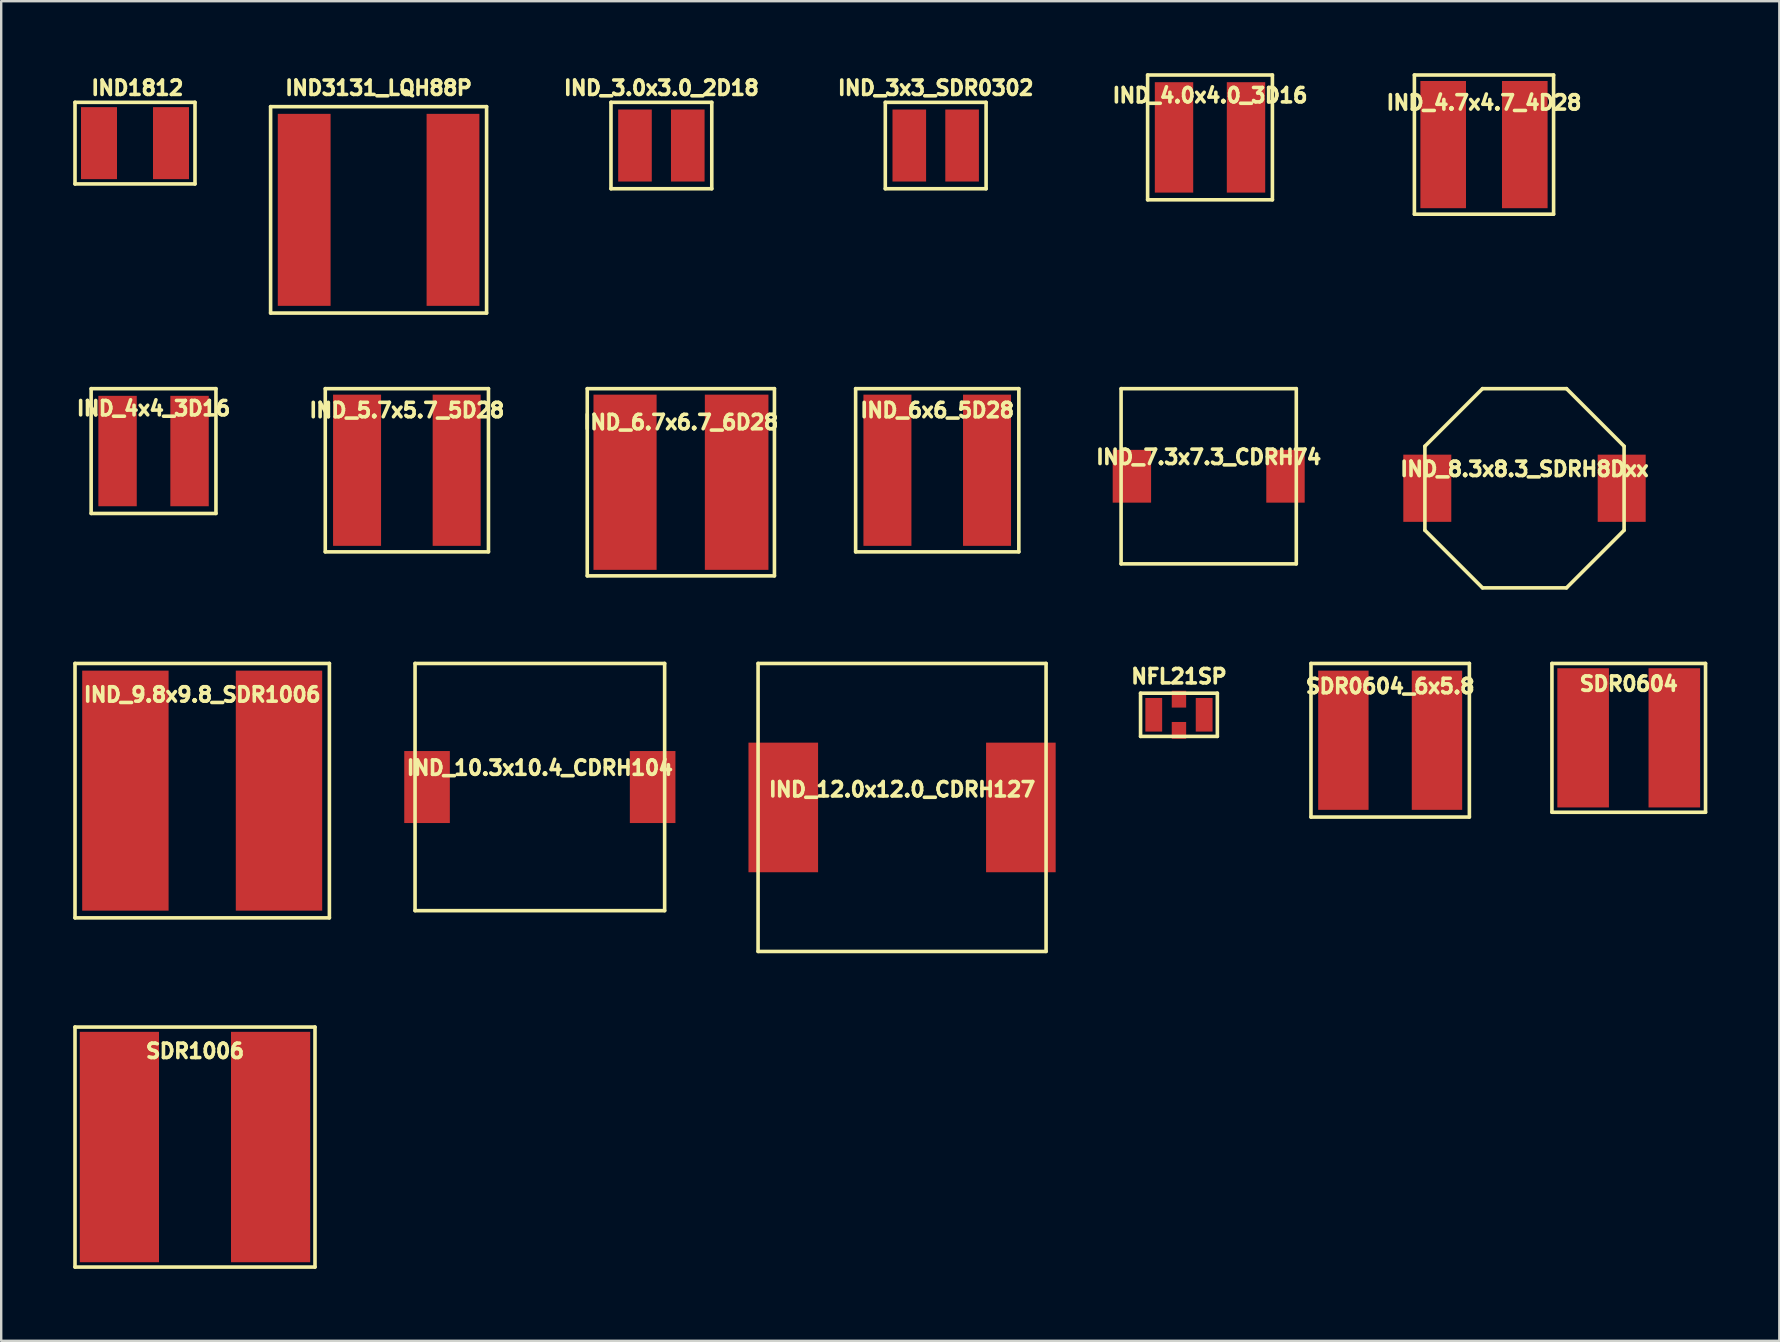
<source format=kicad_pcb>
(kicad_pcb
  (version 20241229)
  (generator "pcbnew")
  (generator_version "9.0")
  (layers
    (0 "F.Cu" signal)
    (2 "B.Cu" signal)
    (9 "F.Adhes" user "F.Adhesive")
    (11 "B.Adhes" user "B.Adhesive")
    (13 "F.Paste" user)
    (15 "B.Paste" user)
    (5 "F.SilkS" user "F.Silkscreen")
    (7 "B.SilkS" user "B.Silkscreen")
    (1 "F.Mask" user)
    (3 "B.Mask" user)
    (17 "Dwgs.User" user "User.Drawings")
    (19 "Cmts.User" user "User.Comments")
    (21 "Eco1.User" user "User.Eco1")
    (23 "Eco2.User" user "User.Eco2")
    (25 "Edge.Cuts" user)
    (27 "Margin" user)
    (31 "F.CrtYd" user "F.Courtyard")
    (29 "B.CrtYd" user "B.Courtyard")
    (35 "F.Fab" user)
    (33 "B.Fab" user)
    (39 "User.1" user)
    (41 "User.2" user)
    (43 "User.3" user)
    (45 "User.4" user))
  (footprint "SDR1006"
    (layer "F.Cu")
    (at 5.075 44.744)
    (property "Reference" "SDR1006" (at 0 -4 0) (layer "F.SilkS") (effects (font (size 0.6 0.6) (thickness 0.15))))
    (attr smd)
    (fp_line (start -5 -5) (end 5 -5) (stroke (width 0.15) (type solid)) (layer "F.SilkS"))
    (fp_line (start -5 5) (end -5 -5) (stroke (width 0.15) (type solid)) (layer "F.SilkS"))
    (fp_line (start 5 -5) (end 5 5) (stroke (width 0.15) (type solid)) (layer "F.SilkS"))
    (fp_line (start 5 5) (end -5 5) (stroke (width 0.15) (type solid)) (layer "F.SilkS"))
    (pad "1" smd rect (at -3.15 0) (size 3.3 9.6) (layers "F.Cu" "F.Mask" "F.Paste"))
    (pad "2" smd rect (at 3.15 0) (size 3.3 9.6) (layers "F.Cu" "F.Mask" "F.Paste")))
  (footprint "IND3131_LQH88P"
    (layer "F.Cu")
    (at 12.725 5.694)
    (property "Reference" "IND3131_LQH88P" (at 0 -5.08 0) (layer "F.SilkS") (effects (font (size 0.6 0.6) (thickness 0.15))))
    (attr smd)
    (fp_line (start -4.5 -4.3) (end 4.5 -4.3) (stroke (width 0.15) (type solid)) (layer "F.SilkS"))
    (fp_line (start -4.5 4.3) (end -4.5 -4.3) (stroke (width 0.15) (type solid)) (layer "F.SilkS"))
    (fp_line (start 4.5 -4.3) (end 4.5 4.3) (stroke (width 0.15) (type solid)) (layer "F.SilkS"))
    (fp_line (start 4.5 4.3) (end -4.5 4.3) (stroke (width 0.15) (type solid)) (layer "F.SilkS"))
    (pad "1" smd rect (at -3.1 0) (size 2.2 8) (layers "F.Cu" "F.Mask" "F.Paste"))
    (pad "2" smd rect (at 3.1 0) (size 2.2 8) (layers "F.Cu" "F.Mask" "F.Paste")))
  (footprint "IND_12.0x12.0_CDRH127"
    (layer "F.Cu")
    (at 34.537 30.594)
    (property "Reference" "IND_12.0x12.0_CDRH127" (at 0 -0.75 0) (layer "F.SilkS") (effects (font (size 0.6 0.6) (thickness 0.15))))
    (attr smd)
    (fp_line (start -6 -6) (end -6 6) (stroke (width 0.15) (type solid)) (layer "F.SilkS"))
    (fp_line (start -6 6) (end 6 6) (stroke (width 0.15) (type solid)) (layer "F.SilkS"))
    (fp_line (start 6 -6) (end -6 -6) (stroke (width 0.15) (type solid)) (layer "F.SilkS"))
    (fp_line (start 6 6) (end 6 -6) (stroke (width 0.15) (type solid)) (layer "F.SilkS"))
    (pad "1" smd rect (at -4.95 0) (size 2.9 5.4) (layers "F.Cu" "F.Mask" "F.Paste"))
    (pad "2" smd rect (at 4.95 0) (size 2.9 5.4) (layers "F.Cu" "F.Mask" "F.Paste")))
  (footprint "IND_10.3x10.4_CDRH104"
    (layer "F.Cu")
    (at 19.444 29.744)
    (property "Reference" "IND_10.3x10.4_CDRH104" (at 0 -0.8 0) (layer "F.SilkS") (effects (font (size 0.6 0.6) (thickness 0.15))))
    (attr smd)
    (fp_line (start -5.2 -5.15) (end 5.2 -5.15) (stroke (width 0.15) (type solid)) (layer "F.SilkS"))
    (fp_line (start -5.2 5.15) (end -5.2 -5.15) (stroke (width 0.15) (type solid)) (layer "F.SilkS"))
    (fp_line (start 5.2 -5.15) (end 5.2 5.15) (stroke (width 0.15) (type solid)) (layer "F.SilkS"))
    (fp_line (start 5.2 5.15) (end -5.2 5.15) (stroke (width 0.15) (type solid)) (layer "F.SilkS"))
    (pad "1" smd rect (at -4.7 0) (size 1.9 3) (layers "F.Cu" "F.Mask" "F.Paste"))
    (pad "2" smd rect (at 4.7 0) (size 1.9 3) (layers "F.Cu" "F.Mask" "F.Paste")))
  (footprint "IND_4x4_3D16"
    (layer "F.Cu")
    (at 3.348 15.744)
    (property "Reference" "IND_4x4_3D16" (at 0 -1.778 0) (layer "F.SilkS") (effects (font (size 0.599 0.599) (thickness 0.15))))
    (attr through_hole)
    (fp_line (start -2.6 -2.6) (end 2.6 -2.6) (stroke (width 0.15) (type solid)) (layer "F.SilkS"))
    (fp_line (start -2.6 2.6) (end -2.6 -2.6) (stroke (width 0.15) (type solid)) (layer "F.SilkS"))
    (fp_line (start 2.6 -2.6) (end 2.6 2.6) (stroke (width 0.15) (type solid)) (layer "F.SilkS"))
    (fp_line (start 2.6 2.6) (end -2.6 2.6) (stroke (width 0.15) (type solid)) (layer "F.SilkS"))
    (pad "1" smd rect (at -1.5 0) (size 1.6 4.6) (layers "F.Cu" "F.Mask" "F.Paste"))
    (pad "2" smd rect (at 1.5 0) (size 1.6 4.6) (layers "F.Cu" "F.Mask" "F.Paste")))
  (footprint "IND_7.3x7.3_CDRH74"
    (layer "F.Cu")
    (at 47.313 16.794)
    (property "Reference" "IND_7.3x7.3_CDRH74" (at 0 -0.8 0) (layer "F.SilkS") (effects (font (size 0.6 0.6) (thickness 0.15))))
    (attr smd)
    (fp_line (start -3.65 -3.65) (end 3.65 -3.65) (stroke (width 0.15) (type solid)) (layer "F.SilkS"))
    (fp_line (start -3.65 3.65) (end -3.65 -3.65) (stroke (width 0.15) (type solid)) (layer "F.SilkS"))
    (fp_line (start 3.65 -3.65) (end 3.65 3.65) (stroke (width 0.15) (type solid)) (layer "F.SilkS"))
    (fp_line (start 3.65 3.65) (end -3.65 3.65) (stroke (width 0.15) (type solid)) (layer "F.SilkS"))
    (pad "1" smd rect (at -3.2 0) (size 1.6 2.2) (layers "F.Cu" "F.Mask" "F.Paste"))
    (pad "2" smd rect (at 3.2 0) (size 1.6 2.2) (layers "F.Cu" "F.Mask" "F.Paste")))
  (footprint "IND_4.7x4.7_4D28"
    (layer "F.Cu")
    (at 58.784 2.975)
    (property "Reference" "IND_4.7x4.7_4D28" (at 0 -1.75 0) (layer "F.SilkS") (effects (font (size 0.6 0.6) (thickness 0.15))))
    (attr smd)
    (fp_line (start -2.9 -2.9) (end 2.9 -2.9) (stroke (width 0.15) (type solid)) (layer "F.SilkS"))
    (fp_line (start -2.9 2.9) (end -2.9 -2.9) (stroke (width 0.15) (type solid)) (layer "F.SilkS"))
    (fp_line (start 2.9 -2.9) (end 2.9 2.9) (stroke (width 0.15) (type solid)) (layer "F.SilkS"))
    (fp_line (start 2.9 2.9) (end -2.9 2.9) (stroke (width 0.15) (type solid)) (layer "F.SilkS"))
    (pad "1" smd rect (at -1.7 0) (size 1.9 5.3) (layers "F.Cu" "F.Mask" "F.Paste"))
    (pad "2" smd rect (at 1.7 0) (size 1.9 5.3) (layers "F.Cu" "F.Mask" "F.Paste")))
  (footprint "SDR0604"
    (layer "F.Cu")
    (at 64.815 27.694)
    (property "Reference" "SDR0604" (at 0 -2.25 0) (layer "F.SilkS") (effects (font (size 0.6 0.6) (thickness 0.15))))
    (attr smd)
    (fp_line (start -3.2 -3.1) (end 3.2 -3.1) (stroke (width 0.15) (type solid)) (layer "F.SilkS"))
    (fp_line (start -3.2 3.1) (end -3.2 -3.1) (stroke (width 0.15) (type solid)) (layer "F.SilkS"))
    (fp_line (start 3.2 -3.1) (end 3.2 3.1) (stroke (width 0.15) (type solid)) (layer "F.SilkS"))
    (fp_line (start 3.2 3.1) (end -3.2 3.1) (stroke (width 0.15) (type solid)) (layer "F.SilkS"))
    (pad "1" smd rect (at -1.9 0) (size 2.15 5.8) (layers "F.Cu" "F.Mask" "F.Paste"))
    (pad "2" smd rect (at 1.9 0) (size 2.15 5.8) (layers "F.Cu" "F.Mask" "F.Paste")))
  (footprint "IND_9.8x9.8_SDR1006"
    (layer "F.Cu")
    (at 5.375 29.894)
    (property "Reference" "IND_9.8x9.8_SDR1006" (at 0 -4 0) (layer "F.SilkS") (effects (font (size 0.6 0.6) (thickness 0.15))))
    (attr smd)
    (fp_line (start -5.3 -5.3) (end -5.3 5.3) (stroke (width 0.15) (type solid)) (layer "F.SilkS"))
    (fp_line (start -5.3 5.3) (end 5.3 5.3) (stroke (width 0.15) (type solid)) (layer "F.SilkS"))
    (fp_line (start 5.3 -5.3) (end -5.3 -5.3) (stroke (width 0.15) (type solid)) (layer "F.SilkS"))
    (fp_line (start 5.3 5.3) (end 5.3 -5.3) (stroke (width 0.15) (type solid)) (layer "F.SilkS"))
    (pad "1" smd rect (at -3.2 0) (size 3.6 10) (layers "F.Cu" "F.Mask" "F.Paste"))
    (pad "2" smd rect (at 3.2 0) (size 3.6 10) (layers "F.Cu" "F.Mask" "F.Paste")))
  (footprint "IND1812"
    (layer "F.Cu")
    (at 2.575 2.914)
    (property "Reference" "IND1812" (at 0.1 -2.3 0) (layer "F.SilkS") (effects (font (size 0.6 0.6) (thickness 0.15))))
    (attr smd)
    (fp_line (start -2.5 -1.7) (end 2.5 -1.7) (stroke (width 0.15) (type solid)) (layer "F.SilkS"))
    (fp_line (start -2.5 1.7) (end -2.5 -1.7) (stroke (width 0.15) (type solid)) (layer "F.SilkS"))
    (fp_line (start 2.5 -1.7) (end 2.5 1.7) (stroke (width 0.15) (type solid)) (layer "F.SilkS"))
    (fp_line (start 2.5 1.7) (end -2.5 1.7) (stroke (width 0.15) (type solid)) (layer "F.SilkS"))
    (pad "1" smd rect (at -1.5 0) (size 1.5 3) (layers "F.Cu" "F.Mask" "F.Paste"))
    (pad "2" smd rect (at 1.5 0) (size 1.5 3) (layers "F.Cu" "F.Mask" "F.Paste")))
  (footprint "IND_8.3x8.3_SDRH8Dxx"
    (layer "F.Cu")
    (at 60.472 17.294)
    (property "Reference" "IND_8.3x8.3_SDRH8Dxx" (at 0 -0.8 0) (layer "F.SilkS") (effects (font (size 0.6 0.6) (thickness 0.15))))
    (attr smd)
    (fp_line (start -4.15 1.75) (end -4.15 -1.75) (stroke (width 0.15) (type solid)) (layer "F.SilkS"))
    (fp_line (start -4.15 1.75) (end -1.75 4.15) (stroke (width 0.15) (type solid)) (layer "F.SilkS"))
    (fp_line (start -1.75 -4.15) (end -4.15 -1.75) (stroke (width 0.15) (type solid)) (layer "F.SilkS"))
    (fp_line (start -1.75 -4.15) (end 1.75 -4.15) (stroke (width 0.15) (type solid)) (layer "F.SilkS"))
    (fp_line (start 1.75 4.15) (end -1.75 4.15) (stroke (width 0.15) (type solid)) (layer "F.SilkS"))
    (fp_line (start 1.75 4.15) (end 4.15 1.75) (stroke (width 0.15) (type solid)) (layer "F.SilkS"))
    (fp_line (start 4.15 -1.75) (end 1.75 -4.15) (stroke (width 0.15) (type solid)) (layer "F.SilkS"))
    (fp_line (start 4.15 -1.75) (end 4.15 1.75) (stroke (width 0.15) (type solid)) (layer "F.SilkS"))
    (pad "1" smd rect (at -4.05 0) (size 2 2.8) (layers "F.Cu" "F.Mask" "F.Paste"))
    (pad "2" smd rect (at 4.05 0) (size 2 2.8) (layers "F.Cu" "F.Mask" "F.Paste")))
  (footprint "IND_6.7x6.7_6D28"
    (layer "F.Cu")
    (at 25.319 17.044)
    (property "Reference" "IND_6.7x6.7_6D28" (at 0 -2.5 0) (layer "F.SilkS") (effects (font (size 0.6 0.6) (thickness 0.15))))
    (attr smd)
    (fp_line (start -3.9 -3.9) (end 3.9 -3.9) (stroke (width 0.15) (type solid)) (layer "F.SilkS"))
    (fp_line (start -3.9 3.9) (end -3.9 -3.9) (stroke (width 0.15) (type solid)) (layer "F.SilkS"))
    (fp_line (start 3.9 -3.9) (end 3.9 3.9) (stroke (width 0.15) (type solid)) (layer "F.SilkS"))
    (fp_line (start 3.9 3.9) (end -3.9 3.9) (stroke (width 0.15) (type solid)) (layer "F.SilkS"))
    (pad "1" smd rect (at -2.325 0) (size 2.63 7.3) (layers "F.Cu" "F.Mask" "F.Paste"))
    (pad "2" smd rect (at 2.325 0) (size 2.65 7.3) (layers "F.Cu" "F.Mask" "F.Paste")))
  (footprint "IND_3x3_SDR0302"
    (layer "F.Cu")
    (at 35.938 3.014)
    (property "Reference" "IND_3x3_SDR0302" (at 0 -2.4 0) (layer "F.SilkS") (effects (font (size 0.6 0.6) (thickness 0.15))))
    (attr smd)
    (fp_line (start -2.1 -1.8) (end -2.1 1.8) (stroke (width 0.15) (type solid)) (layer "F.SilkS"))
    (fp_line (start -2.1 1.8) (end 2.1 1.8) (stroke (width 0.15) (type solid)) (layer "F.SilkS"))
    (fp_line (start 2.1 -1.8) (end -2.1 -1.8) (stroke (width 0.15) (type solid)) (layer "F.SilkS"))
    (fp_line (start 2.1 1.8) (end 2.1 -1.8) (stroke (width 0.15) (type solid)) (layer "F.SilkS"))
    (pad "1" smd rect (at -1.1 0) (size 1.4 3) (layers "F.Cu" "F.Mask" "F.Paste"))
    (pad "2" smd rect (at 1.1 0) (size 1.4 3) (layers "F.Cu" "F.Mask" "F.Paste")))
  (footprint "IND_6x6_5D28"
    (layer "F.Cu")
    (at 36.002 16.544)
    (property "Reference" "IND_6x6_5D28" (at 0 -2.5 0) (layer "F.SilkS") (effects (font (size 0.6 0.6) (thickness 0.15))))
    (attr smd)
    (fp_line (start -3.4 -3.4) (end 3.4 -3.4) (stroke (width 0.15) (type solid)) (layer "F.SilkS"))
    (fp_line (start -3.4 3.4) (end -3.4 -3.4) (stroke (width 0.15) (type solid)) (layer "F.SilkS"))
    (fp_line (start 3.4 -3.4) (end 3.4 3.4) (stroke (width 0.15) (type solid)) (layer "F.SilkS"))
    (fp_line (start 3.4 3.4) (end -3.4 3.4) (stroke (width 0.15) (type solid)) (layer "F.SilkS"))
    (pad "1" smd rect (at -2.075 0) (size 2 6.3) (layers "F.Cu" "F.Mask" "F.Paste"))
    (pad "2" smd rect (at 2.075 0) (size 2 6.3) (layers "F.Cu" "F.Mask" "F.Paste")))
  (footprint "IND_3.0x3.0_2D18"
    (layer "F.Cu")
    (at 24.508 3.014)
    (property "Reference" "IND_3.0x3.0_2D18" (at 0 -2.4 0) (layer "F.SilkS") (effects (font (size 0.6 0.6) (thickness 0.15))))
    (attr smd)
    (fp_line (start -2.1 -1.8) (end -2.1 1.8) (stroke (width 0.15) (type solid)) (layer "F.SilkS"))
    (fp_line (start -2.1 1.8) (end 2.1 1.8) (stroke (width 0.15) (type solid)) (layer "F.SilkS"))
    (fp_line (start 2.1 -1.8) (end -2.1 -1.8) (stroke (width 0.15) (type solid)) (layer "F.SilkS"))
    (fp_line (start 2.1 1.8) (end 2.1 -1.8) (stroke (width 0.15) (type solid)) (layer "F.SilkS"))
    (pad "1" smd rect (at -1.1 0) (size 1.4 3) (layers "F.Cu" "F.Mask" "F.Paste"))
    (pad "2" smd rect (at 1.1 0) (size 1.4 3) (layers "F.Cu" "F.Mask" "F.Paste")))
  (footprint "NFL21SP"
    (layer "F.Cu")
    (at 46.074 26.733)
    (property "Reference" "NFL21SP" (at 0 -1.6 180) (layer "F.SilkS") (effects (font (size 0.6 0.6) (thickness 0.15))))
    (attr smd)
    (fp_line (start -1.6 -0.9) (end -1.6 0.9) (stroke (width 0.15) (type solid)) (layer "F.SilkS"))
    (fp_line (start -1.6 0.9) (end 1.6 0.9) (stroke (width 0.15) (type solid)) (layer "F.SilkS"))
    (fp_line (start 1.6 -0.9) (end -1.6 -0.9) (stroke (width 0.15) (type solid)) (layer "F.SilkS"))
    (fp_line (start 1.6 0.9) (end 1.6 -0.9) (stroke (width 0.15) (type solid)) (layer "F.SilkS"))
    (pad "1" smd rect (at -1.05 0) (size 0.7 1.4) (layers "F.Cu" "F.Mask" "F.Paste"))
    (pad "2" smd rect (at 0 -0.65) (size 0.6 0.7) (layers "F.Cu" "F.Mask" "F.Paste"))
    (pad "2" smd rect (at 0 0.65) (size 0.6 0.7) (layers "F.Cu" "F.Mask" "F.Paste"))
    (pad "3" smd rect (at 1.05 0) (size 0.7 1.4) (layers "F.Cu" "F.Mask" "F.Paste")))
  (footprint "IND_4.0x4.0_3D16"
    (layer "F.Cu")
    (at 47.368 2.675)
    (property "Reference" "IND_4.0x4.0_3D16" (at 0 -1.75 0) (layer "F.SilkS") (effects (font (size 0.6 0.6) (thickness 0.15))))
    (attr smd)
    (fp_line (start -2.6 -2.6) (end 2.6 -2.6) (stroke (width 0.15) (type solid)) (layer "F.SilkS"))
    (fp_line (start -2.6 2.6) (end -2.6 -2.6) (stroke (width 0.15) (type solid)) (layer "F.SilkS"))
    (fp_line (start 2.6 -2.6) (end 2.6 2.6) (stroke (width 0.15) (type solid)) (layer "F.SilkS"))
    (fp_line (start 2.6 2.6) (end -2.6 2.6) (stroke (width 0.15) (type solid)) (layer "F.SilkS"))
    (pad "1" smd rect (at -1.5 0) (size 1.6 4.6) (layers "F.Cu" "F.Mask" "F.Paste"))
    (pad "2" smd rect (at 1.5 0) (size 1.6 4.6) (layers "F.Cu" "F.Mask" "F.Paste")))
  (footprint "IND_5.7x5.7_5D28"
    (layer "F.Cu")
    (at 13.903 16.544)
    (property "Reference" "IND_5.7x5.7_5D28" (at 0 -2.5 0) (layer "F.SilkS") (effects (font (size 0.6 0.6) (thickness 0.15))))
    (attr smd)
    (fp_line (start -3.4 -3.4) (end 3.4 -3.4) (stroke (width 0.15) (type solid)) (layer "F.SilkS"))
    (fp_line (start -3.4 3.4) (end -3.4 -3.4) (stroke (width 0.15) (type solid)) (layer "F.SilkS"))
    (fp_line (start 3.4 -3.4) (end 3.4 3.4) (stroke (width 0.15) (type solid)) (layer "F.SilkS"))
    (fp_line (start 3.4 3.4) (end -3.4 3.4) (stroke (width 0.15) (type solid)) (layer "F.SilkS"))
    (pad "1" smd rect (at -2.075 0) (size 2 6.3) (layers "F.Cu" "F.Mask" "F.Paste"))
    (pad "2" smd rect (at 2.075 0) (size 2 6.3) (layers "F.Cu" "F.Mask" "F.Paste")))
  (footprint "SDR0604_6x5.8"
    (layer "F.Cu")
    (at 54.875 27.794)
    (property "Reference" "SDR0604_6x5.8" (at 0 -2.25 0) (layer "F.SilkS") (effects (font (size 0.6 0.6) (thickness 0.15))))
    (attr smd)
    (fp_line (start -3.3 -3.2) (end -3.3 3.2) (stroke (width 0.15) (type solid)) (layer "F.SilkS"))
    (fp_line (start -3.3 3.2) (end 3.3 3.2) (stroke (width 0.15) (type solid)) (layer "F.SilkS"))
    (fp_line (start 3.3 -3.2) (end -3.3 -3.2) (stroke (width 0.15) (type solid)) (layer "F.SilkS"))
    (fp_line (start 3.3 3.2) (end 3.3 -3.2) (stroke (width 0.15) (type solid)) (layer "F.SilkS"))
    (pad "1" smd rect (at -1.95 0) (size 2.1 5.8) (layers "F.Cu" "F.Mask" "F.Paste"))
    (pad "2" smd rect (at 1.95 0) (size 2.1 5.8) (layers "F.Cu" "F.Mask" "F.Paste")))
  (gr_rect
    (start -3 -3)
    (end 71.09 52.819)
    (stroke (width 0.1) (type default))
    (fill no)
    (layer "Edge.Cuts")))
</source>
